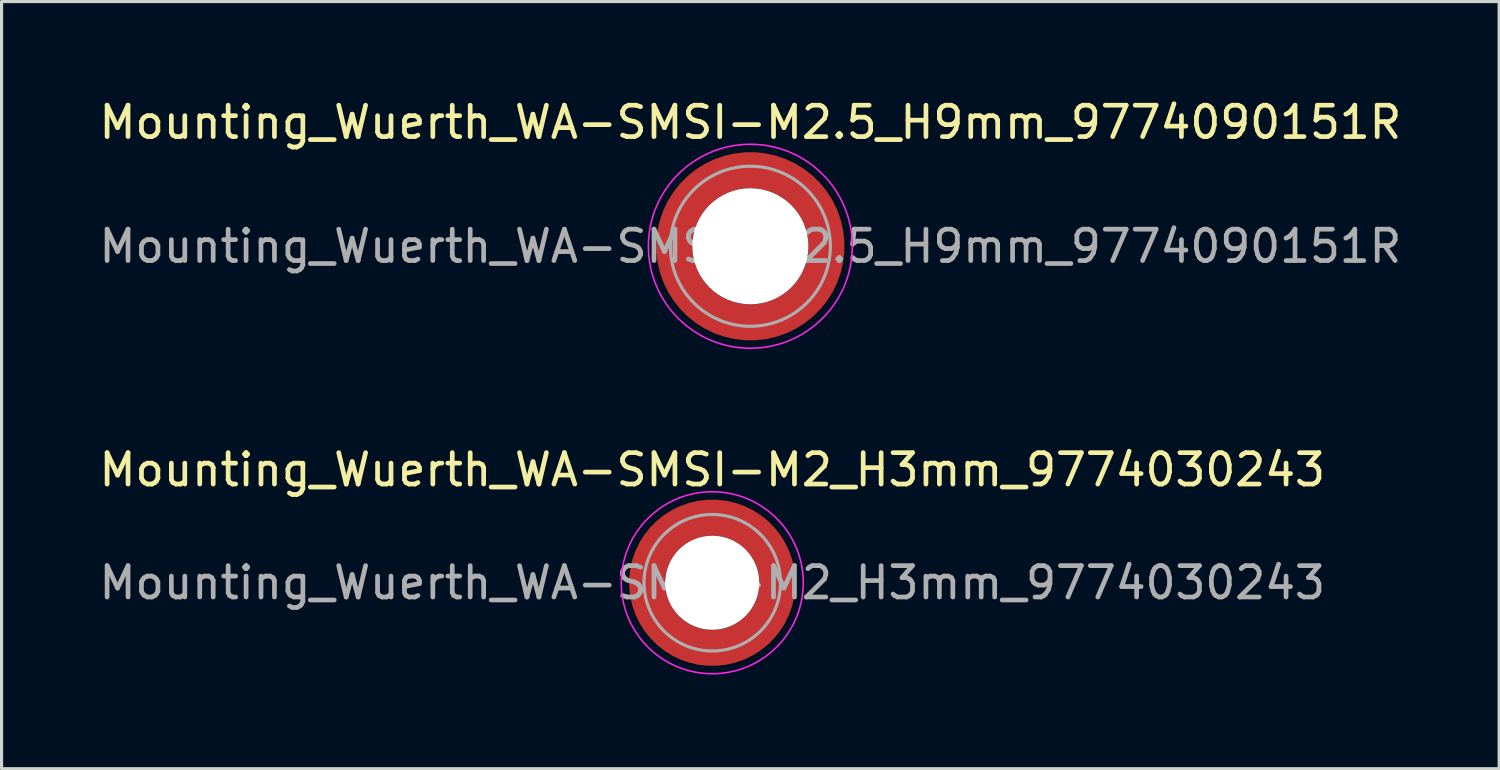
<source format=kicad_pcb>
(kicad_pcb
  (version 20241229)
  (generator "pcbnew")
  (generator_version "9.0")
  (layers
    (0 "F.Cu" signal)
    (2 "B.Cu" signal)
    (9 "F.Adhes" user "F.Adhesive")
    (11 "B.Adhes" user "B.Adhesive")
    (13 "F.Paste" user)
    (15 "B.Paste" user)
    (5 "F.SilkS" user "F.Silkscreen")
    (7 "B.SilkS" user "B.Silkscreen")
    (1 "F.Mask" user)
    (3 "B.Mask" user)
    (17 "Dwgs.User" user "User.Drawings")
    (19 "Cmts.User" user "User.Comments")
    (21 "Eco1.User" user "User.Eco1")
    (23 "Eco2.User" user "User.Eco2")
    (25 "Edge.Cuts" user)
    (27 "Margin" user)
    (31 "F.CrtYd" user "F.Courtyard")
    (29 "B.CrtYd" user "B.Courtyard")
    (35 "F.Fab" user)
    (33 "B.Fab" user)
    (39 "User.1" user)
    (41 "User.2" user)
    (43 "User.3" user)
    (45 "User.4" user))
  (footprint "Mounting_Wuerth_WA-SMSI-M2_H3mm_9774030243"
    (layer "F.Cu")
    (at 19.649 15.521)
    (property "Reference" "Mounting_Wuerth_WA-SMSI-M2_H3mm_9774030243" (at 0 -3.6 0) (layer "F.SilkS") (effects (font (size 1 1) (thickness 0.15))))
    (attr smd allow_soldermask_bridges)
    (fp_circle (center 0 0) (end 2.9 0) (stroke (width 0.05) (type solid)) (fill no) (layer "F.CrtYd"))
    (fp_circle (center 0 0) (end 2.175 0) (stroke (width 0.1) (type solid)) (fill no) (layer "F.Fab"))
    (fp_text user "${REFERENCE}" (at 0 0 0) (layer "F.Fab") (effects (font (size 1 1) (thickness 0.15))))
    (pad "" smd custom (at -1.453 -1.453) (size 0.505 0.505) (layers "F.Paste") (options (anchor circle)) (primitives (gr_arc (start -0.147677 1.053104) (mid 0.286378 0.286378) (end 1.053104 -0.147677) (width 0.2)) (gr_arc (start -0.240295 1.053104) (mid 0.222739 0.222739) (end 1.053104 -0.240295) (width 0.2)) (gr_arc (start -0.332645 1.053104) (mid 0.159099 0.159099) (end 1.053104 -0.332645) (width 0.2)) (gr_arc (start -0.424767 1.053104) (mid 0.095459 0.095459) (end 1.053104 -0.424767) (width 0.2)) (gr_arc (start -0.516693 1.053104) (mid 0.03182 0.03182) (end 1.053104 -0.516693) (width 0.2)) (gr_arc (start -0.608448 1.053104) (mid -0.03182 -0.03182) (end 1.053104 -0.608448) (width 0.2)) (gr_arc (start -0.700056 1.053104) (mid -0.095459 -0.095459) (end 1.053104 -0.700056) (width 0.2)) (gr_arc (start -0.791534 1.053104) (mid -0.159099 -0.159099) (end 1.053104 -0.791534) (width 0.2)) (gr_arc (start -0.882896 1.053104) (mid -0.222739 -0.222739) (end 1.053104 -0.882896) (width 0.2)) (gr_arc (start -0.974157 1.053104) (mid -0.286378 -0.286378) (end 1.053104 -0.974157) (width 0.2)) (gr_line (start 1.053 -0.148) (end 1.053 -0.974) (width 0.2)) (gr_line (start -0.148 1.053) (end -0.974 1.053) (width 0.2))))
    (pad "" smd custom (at -1.453 1.453) (size 0.505 0.505) (layers "F.Paste") (options (anchor circle)) (primitives (gr_arc (start 1.053104 0.147677) (mid 0.286378 -0.286378) (end -0.147677 -1.053104) (width 0.2)) (gr_arc (start 1.053104 0.240295) (mid 0.222739 -0.222739) (end -0.240295 -1.053104) (width 0.2)) (gr_arc (start 1.053104 0.332645) (mid 0.159099 -0.159099) (end -0.332645 -1.053104) (width 0.2)) (gr_arc (start 1.053104 0.424767) (mid 0.095459 -0.095459) (end -0.424767 -1.053104) (width 0.2)) (gr_arc (start 1.053104 0.516693) (mid 0.03182 -0.03182) (end -0.516693 -1.053104) (width 0.2)) (gr_arc (start 1.053104 0.608448) (mid -0.03182 0.03182) (end -0.608448 -1.053104) (width 0.2)) (gr_arc (start 1.053104 0.700056) (mid -0.095459 0.095459) (end -0.700056 -1.053104) (width 0.2)) (gr_arc (start 1.053104 0.791534) (mid -0.159099 0.159099) (end -0.791534 -1.053104) (width 0.2)) (gr_arc (start 1.053104 0.882896) (mid -0.222739 0.222739) (end -0.882896 -1.053104) (width 0.2)) (gr_arc (start 1.053104 0.974157) (mid -0.286378 0.286378) (end -0.974157 -1.053104) (width 0.2)) (gr_line (start -0.148 -1.053) (end -0.974 -1.053) (width 0.2)) (gr_line (start 1.053 0.148) (end 1.053 0.974) (width 0.2))))
    (pad "" np_thru_hole circle (at 0 0) (size 3 3) (drill 3) (layers "*.Cu" "*.Mask"))
    (pad "" smd custom (at 1.453 -1.453) (size 0.505 0.505) (layers "F.Paste") (options (anchor circle)) (primitives (gr_arc (start -1.053104 -0.147677) (mid -0.286378 0.286378) (end 0.147677 1.053104) (width 0.2)) (gr_arc (start -1.053104 -0.240295) (mid -0.222739 0.222739) (end 0.240295 1.053104) (width 0.2)) (gr_arc (start -1.053104 -0.332645) (mid -0.159099 0.159099) (end 0.332645 1.053104) (width 0.2)) (gr_arc (start -1.053104 -0.424767) (mid -0.095459 0.095459) (end 0.424767 1.053104) (width 0.2)) (gr_arc (start -1.053104 -0.516693) (mid -0.03182 0.03182) (end 0.516693 1.053104) (width 0.2)) (gr_arc (start -1.053104 -0.608448) (mid 0.03182 -0.03182) (end 0.608448 1.053104) (width 0.2)) (gr_arc (start -1.053104 -0.700056) (mid 0.095459 -0.095459) (end 0.700056 1.053104) (width 0.2)) (gr_arc (start -1.053104 -0.791534) (mid 0.159099 -0.159099) (end 0.791534 1.053104) (width 0.2)) (gr_arc (start -1.053104 -0.882896) (mid 0.222739 -0.222739) (end 0.882896 1.053104) (width 0.2)) (gr_arc (start -1.053104 -0.974157) (mid 0.286378 -0.286378) (end 0.974157 1.053104) (width 0.2)) (gr_line (start 0.148 1.053) (end 0.974 1.053) (width 0.2)) (gr_line (start -1.053 -0.148) (end -1.053 -0.974) (width 0.2))))
    (pad "" smd custom (at 1.453 1.453) (size 0.505 0.505) (layers "F.Paste") (options (anchor circle)) (primitives (gr_arc (start 0.147677 -1.053104) (mid -0.286378 -0.286378) (end -1.053104 0.147677) (width 0.2)) (gr_arc (start 0.240295 -1.053104) (mid -0.222739 -0.222739) (end -1.053104 0.240295) (width 0.2)) (gr_arc (start 0.332645 -1.053104) (mid -0.159099 -0.159099) (end -1.053104 0.332645) (width 0.2)) (gr_arc (start 0.424767 -1.053104) (mid -0.095459 -0.095459) (end -1.053104 0.424767) (width 0.2)) (gr_arc (start 0.516693 -1.053104) (mid -0.03182 -0.03182) (end -1.053104 0.516693) (width 0.2)) (gr_arc (start 0.608448 -1.053104) (mid 0.03182 0.03182) (end -1.053104 0.608448) (width 0.2)) (gr_arc (start 0.700056 -1.053104) (mid 0.095459 0.095459) (end -1.053104 0.700056) (width 0.2)) (gr_arc (start 0.791534 -1.053104) (mid 0.159099 0.159099) (end -1.053104 0.791534) (width 0.2)) (gr_arc (start 0.882896 -1.053104) (mid 0.222739 0.222739) (end -1.053104 0.882896) (width 0.2)) (gr_arc (start 0.974157 -1.053104) (mid 0.286378 0.286378) (end -1.053104 0.974157) (width 0.2)) (gr_line (start -1.053 0.148) (end -1.053 0.974) (width 0.2)) (gr_line (start 0.148 -1.053) (end 0.974 -1.053) (width 0.2))))
    (pad "1" smd circle (at -2.075 0) (size 0.642 0.642) (layers "F.Cu"))
    (pad "1" smd circle (at 0 -2.075) (size 0.642 0.642) (layers "F.Cu"))
    (pad "1" smd circle (at 0 2.075) (size 0.642 0.642) (layers "F.Cu"))
    (pad "1" smd custom (at 2.075 0) (size 1.15 1.15) (layers "F.Cu" "F.Mask") (options (anchor circle)) (primitives (gr_circle (center -2.075 0) (end 0 0) (width 1.15) (fill no)))))
  (footprint "Mounting_Wuerth_WA-SMSI-M2.5_H9mm_9774090151R"
    (layer "F.Cu")
    (at 20.863 4.798)
    (property "Reference" "Mounting_Wuerth_WA-SMSI-M2.5_H9mm_9774090151R" (at 0 -3.95 0) (layer "F.SilkS") (effects (font (size 1 1) (thickness 0.15))))
    (attr smd allow_soldermask_bridges)
    (fp_circle (center 0 0) (end 3.25 0) (stroke (width 0.05) (type solid)) (fill no) (layer "F.CrtYd"))
    (fp_circle (center 0 0) (end 2.55 0) (stroke (width 0.1) (type solid)) (fill no) (layer "F.Fab"))
    (fp_text user "${REFERENCE}" (at 0 0 0) (layer "F.Fab") (effects (font (size 1 1) (thickness 0.15))))
    (pad "" smd custom (at -1.704 -1.704) (size 0.51 0.51) (layers "F.Paste") (options (anchor circle)) (primitives (gr_arc (start -0.250195 1.279127) (mid 0.289914 0.289914) (end 1.279127 -0.250195) (width 0.2)) (gr_arc (start -0.34334 1.279127) (mid 0.225488 0.225488) (end 1.279127 -0.34334) (width 0.2)) (gr_arc (start -0.436309 1.279127) (mid 0.161063 0.161063) (end 1.279127 -0.436309) (width 0.2)) (gr_arc (start -0.529126 1.279127) (mid 0.096638 0.096638) (end 1.279127 -0.529126) (width 0.2)) (gr_arc (start -0.621807 1.279127) (mid 0.032213 0.032213) (end 1.279127 -0.621807) (width 0.2)) (gr_arc (start -0.71437 1.279127) (mid -0.032213 -0.032213) (end 1.279127 -0.71437) (width 0.2)) (gr_arc (start -0.806826 1.279127) (mid -0.096638 -0.096638) (end 1.279127 -0.806826) (width 0.2)) (gr_arc (start -0.899187 1.279127) (mid -0.161063 -0.161063) (end 1.279127 -0.899187) (width 0.2)) (gr_arc (start -0.991463 1.279127) (mid -0.225488 -0.225488) (end 1.279127 -0.991463) (width 0.2)) (gr_arc (start -1.083663 1.279127) (mid -0.289914 -0.289914) (end 1.279127 -1.083663) (width 0.2)) (gr_line (start 1.279 -0.25) (end 1.279 -1.084) (width 0.2)) (gr_line (start -0.25 1.279) (end -1.084 1.279) (width 0.2))))
    (pad "" smd custom (at -1.704 1.704) (size 0.51 0.51) (layers "F.Paste") (options (anchor circle)) (primitives (gr_arc (start 1.279127 0.250195) (mid 0.289914 -0.289914) (end -0.250195 -1.279127) (width 0.2)) (gr_arc (start 1.279127 0.34334) (mid 0.225488 -0.225488) (end -0.34334 -1.279127) (width 0.2)) (gr_arc (start 1.279127 0.436309) (mid 0.161063 -0.161063) (end -0.436309 -1.279127) (width 0.2)) (gr_arc (start 1.279127 0.529126) (mid 0.096638 -0.096638) (end -0.529126 -1.279127) (width 0.2)) (gr_arc (start 1.279127 0.621807) (mid 0.032213 -0.032213) (end -0.621807 -1.279127) (width 0.2)) (gr_arc (start 1.279127 0.71437) (mid -0.032213 0.032213) (end -0.71437 -1.279127) (width 0.2)) (gr_arc (start 1.279127 0.806826) (mid -0.096638 0.096638) (end -0.806826 -1.279127) (width 0.2)) (gr_arc (start 1.279127 0.899187) (mid -0.161063 0.161063) (end -0.899187 -1.279127) (width 0.2)) (gr_arc (start 1.279127 0.991463) (mid -0.225488 0.225488) (end -0.991463 -1.279127) (width 0.2)) (gr_arc (start 1.279127 1.083663) (mid -0.289914 0.289914) (end -1.083663 -1.279127) (width 0.2)) (gr_line (start -0.25 -1.279) (end -1.084 -1.279) (width 0.2)) (gr_line (start 1.279 0.25) (end 1.279 1.084) (width 0.2))))
    (pad "" np_thru_hole circle (at 0 0) (size 3.7 3.7) (drill 3.7) (layers "*.Cu" "*.Mask"))
    (pad "" smd custom (at 1.704 -1.704) (size 0.51 0.51) (layers "F.Paste") (options (anchor circle)) (primitives (gr_arc (start -1.279127 -0.250195) (mid -0.289914 0.289914) (end 0.250195 1.279127) (width 0.2)) (gr_arc (start -1.279127 -0.34334) (mid -0.225488 0.225488) (end 0.34334 1.279127) (width 0.2)) (gr_arc (start -1.279127 -0.436309) (mid -0.161063 0.161063) (end 0.436309 1.279127) (width 0.2)) (gr_arc (start -1.279127 -0.529126) (mid -0.096638 0.096638) (end 0.529126 1.279127) (width 0.2)) (gr_arc (start -1.279127 -0.621807) (mid -0.032213 0.032213) (end 0.621807 1.279127) (width 0.2)) (gr_arc (start -1.279127 -0.71437) (mid 0.032213 -0.032213) (end 0.71437 1.279127) (width 0.2)) (gr_arc (start -1.279127 -0.806826) (mid 0.096638 -0.096638) (end 0.806826 1.279127) (width 0.2)) (gr_arc (start -1.279127 -0.899187) (mid 0.161063 -0.161063) (end 0.899187 1.279127) (width 0.2)) (gr_arc (start -1.279127 -0.991463) (mid 0.225488 -0.225488) (end 0.991463 1.279127) (width 0.2)) (gr_arc (start -1.279127 -1.083663) (mid 0.289914 -0.289914) (end 1.083663 1.279127) (width 0.2)) (gr_line (start 0.25 1.279) (end 1.084 1.279) (width 0.2)) (gr_line (start -1.279 -0.25) (end -1.279 -1.084) (width 0.2))))
    (pad "" smd custom (at 1.704 1.704) (size 0.51 0.51) (layers "F.Paste") (options (anchor circle)) (primitives (gr_arc (start 0.250195 -1.279127) (mid -0.289914 -0.289914) (end -1.279127 0.250195) (width 0.2)) (gr_arc (start 0.34334 -1.279127) (mid -0.225488 -0.225488) (end -1.279127 0.34334) (width 0.2)) (gr_arc (start 0.436309 -1.279127) (mid -0.161063 -0.161063) (end -1.279127 0.436309) (width 0.2)) (gr_arc (start 0.529126 -1.279127) (mid -0.096638 -0.096638) (end -1.279127 0.529126) (width 0.2)) (gr_arc (start 0.621807 -1.279127) (mid -0.032213 -0.032213) (end -1.279127 0.621807) (width 0.2)) (gr_arc (start 0.71437 -1.279127) (mid 0.032213 0.032213) (end -1.279127 0.71437) (width 0.2)) (gr_arc (start 0.806826 -1.279127) (mid 0.096638 0.096638) (end -1.279127 0.806826) (width 0.2)) (gr_arc (start 0.899187 -1.279127) (mid 0.161063 0.161063) (end -1.279127 0.899187) (width 0.2)) (gr_arc (start 0.991463 -1.279127) (mid 0.225488 0.225488) (end -1.279127 0.991463) (width 0.2)) (gr_arc (start 1.083663 -1.279127) (mid 0.289914 0.289914) (end -1.279127 1.083663) (width 0.2)) (gr_line (start -1.279 0.25) (end -1.279 1.084) (width 0.2)) (gr_line (start 0.25 -1.279) (end 1.084 -1.279) (width 0.2))))
    (pad "1" smd circle (at -2.425 0) (size 0.642 0.642) (layers "F.Cu"))
    (pad "1" smd circle (at 0 -2.425) (size 0.642 0.642) (layers "F.Cu"))
    (pad "1" smd circle (at 0 2.425) (size 0.642 0.642) (layers "F.Cu"))
    (pad "1" smd custom (at 2.425 0) (size 1.15 1.15) (layers "F.Cu" "F.Mask") (options (anchor circle)) (primitives (gr_circle (center -2.425 0) (end 0 0) (width 1.15) (fill no)))))
  (gr_rect
    (start -3 -3)
    (end 44.726 21.447)
    (stroke (width 0.1) (type default))
    (fill no)
    (layer "Edge.Cuts")))
</source>
